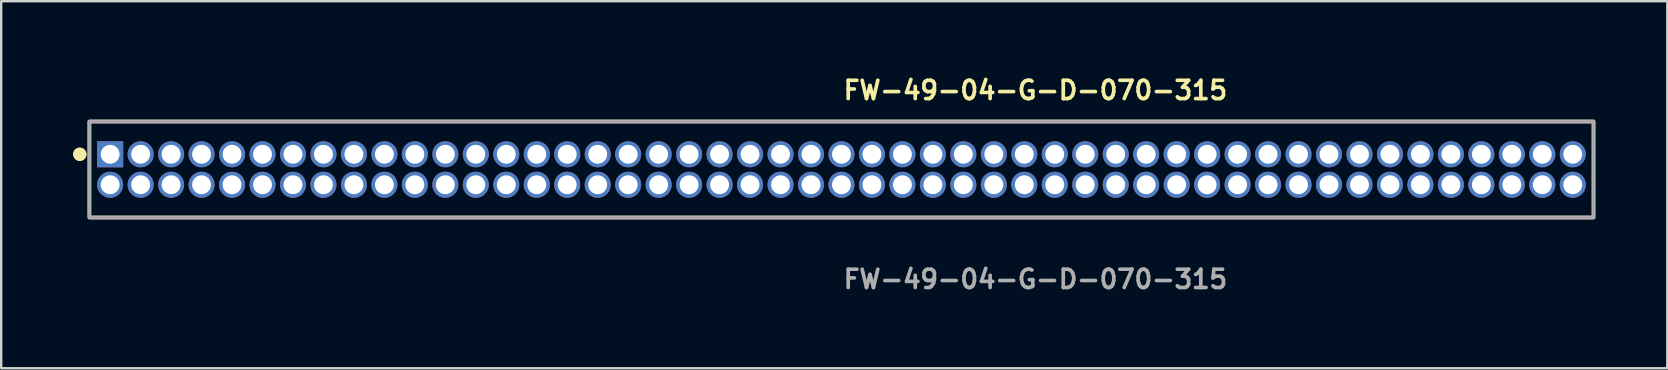
<source format=kicad_pcb>
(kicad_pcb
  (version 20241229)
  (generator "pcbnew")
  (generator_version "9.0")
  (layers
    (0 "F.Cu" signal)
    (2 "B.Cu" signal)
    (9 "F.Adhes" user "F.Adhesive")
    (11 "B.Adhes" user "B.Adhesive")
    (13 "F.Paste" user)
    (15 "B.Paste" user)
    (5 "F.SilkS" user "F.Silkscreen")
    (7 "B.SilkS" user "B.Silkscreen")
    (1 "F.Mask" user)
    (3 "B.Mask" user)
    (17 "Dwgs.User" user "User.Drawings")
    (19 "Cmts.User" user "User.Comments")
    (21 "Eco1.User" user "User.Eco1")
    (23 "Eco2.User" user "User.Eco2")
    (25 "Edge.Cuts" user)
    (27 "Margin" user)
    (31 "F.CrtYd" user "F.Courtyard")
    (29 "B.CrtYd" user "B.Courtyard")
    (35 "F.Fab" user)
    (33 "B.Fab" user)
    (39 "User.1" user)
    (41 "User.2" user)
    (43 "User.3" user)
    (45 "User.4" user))
  (footprint "FW-49-04-G-D-070-315"
    (layer "F.Cu")
    (at 32.021 4.015)
    (property "Reference" "FW-49-04-G-D-070-315" (at 0 -3.302 0) (unlocked yes) (layer "F.SilkS") (effects (font (size 0.762 0.762) (thickness 0.152)) (justify left)))
    (fp_rect (start -31.345 2) (end 31.345 -2) (stroke (width 0.152) (type solid)) (fill no) (layer "F.SilkS"))
    (fp_circle (center -31.745 -0.635) (end -31.945 -0.635) (stroke (width 0.152) (type solid)) (fill yes) (layer "F.SilkS"))
    (fp_circle (center -31.745 -0.635) (end -31.945 -0.635) (stroke (width 0.152) (type solid)) (fill yes) (layer "F.SilkS"))
    (fp_rect (start -31.345 2) (end 31.345 -2) (stroke (width 0.006) (type solid)) (fill no) (layer "F.CrtYd"))
    (fp_rect (start -31.345 2) (end 31.345 -2) (stroke (width 0.152) (type solid)) (fill no) (layer "F.Fab"))
    (fp_text user "${REFERENCE}" (at 0 4.572 0) (unlocked yes) (layer "F.Fab") (effects (font (size 0.762 0.762) (thickness 0.152)) (justify left)))
    (pad "1" thru_hole rect (at -30.48 -0.635) (size 1.087 1.087) (drill 0.787) (layers "*.Cu" "*.Mask"))
    (pad "2" thru_hole circle (at -30.48 0.635) (size 1.087 1.087) (drill 0.787) (layers "*.Cu" "*.Mask"))
    (pad "3" thru_hole circle (at -29.21 -0.635) (size 1.087 1.087) (drill 0.787) (layers "*.Cu" "*.Mask"))
    (pad "4" thru_hole circle (at -29.21 0.635) (size 1.087 1.087) (drill 0.787) (layers "*.Cu" "*.Mask"))
    (pad "5" thru_hole circle (at -27.94 -0.635) (size 1.087 1.087) (drill 0.787) (layers "*.Cu" "*.Mask"))
    (pad "6" thru_hole circle (at -27.94 0.635) (size 1.087 1.087) (drill 0.787) (layers "*.Cu" "*.Mask"))
    (pad "7" thru_hole circle (at -26.67 -0.635) (size 1.087 1.087) (drill 0.787) (layers "*.Cu" "*.Mask"))
    (pad "8" thru_hole circle (at -26.67 0.635) (size 1.087 1.087) (drill 0.787) (layers "*.Cu" "*.Mask"))
    (pad "9" thru_hole circle (at -25.4 -0.635) (size 1.087 1.087) (drill 0.787) (layers "*.Cu" "*.Mask"))
    (pad "10" thru_hole circle (at -25.4 0.635) (size 1.087 1.087) (drill 0.787) (layers "*.Cu" "*.Mask"))
    (pad "11" thru_hole circle (at -24.13 -0.635) (size 1.087 1.087) (drill 0.787) (layers "*.Cu" "*.Mask"))
    (pad "12" thru_hole circle (at -24.13 0.635) (size 1.087 1.087) (drill 0.787) (layers "*.Cu" "*.Mask"))
    (pad "13" thru_hole circle (at -22.86 -0.635) (size 1.087 1.087) (drill 0.787) (layers "*.Cu" "*.Mask"))
    (pad "14" thru_hole circle (at -22.86 0.635) (size 1.087 1.087) (drill 0.787) (layers "*.Cu" "*.Mask"))
    (pad "15" thru_hole circle (at -21.59 -0.635) (size 1.087 1.087) (drill 0.787) (layers "*.Cu" "*.Mask"))
    (pad "16" thru_hole circle (at -21.59 0.635) (size 1.087 1.087) (drill 0.787) (layers "*.Cu" "*.Mask"))
    (pad "17" thru_hole circle (at -20.32 -0.635) (size 1.087 1.087) (drill 0.787) (layers "*.Cu" "*.Mask"))
    (pad "18" thru_hole circle (at -20.32 0.635) (size 1.087 1.087) (drill 0.787) (layers "*.Cu" "*.Mask"))
    (pad "19" thru_hole circle (at -19.05 -0.635) (size 1.087 1.087) (drill 0.787) (layers "*.Cu" "*.Mask"))
    (pad "20" thru_hole circle (at -19.05 0.635) (size 1.087 1.087) (drill 0.787) (layers "*.Cu" "*.Mask"))
    (pad "21" thru_hole circle (at -17.78 -0.635) (size 1.087 1.087) (drill 0.787) (layers "*.Cu" "*.Mask"))
    (pad "22" thru_hole circle (at -17.78 0.635) (size 1.087 1.087) (drill 0.787) (layers "*.Cu" "*.Mask"))
    (pad "23" thru_hole circle (at -16.51 -0.635) (size 1.087 1.087) (drill 0.787) (layers "*.Cu" "*.Mask"))
    (pad "24" thru_hole circle (at -16.51 0.635) (size 1.087 1.087) (drill 0.787) (layers "*.Cu" "*.Mask"))
    (pad "25" thru_hole circle (at -15.24 -0.635) (size 1.087 1.087) (drill 0.787) (layers "*.Cu" "*.Mask"))
    (pad "26" thru_hole circle (at -15.24 0.635) (size 1.087 1.087) (drill 0.787) (layers "*.Cu" "*.Mask"))
    (pad "27" thru_hole circle (at -13.97 -0.635) (size 1.087 1.087) (drill 0.787) (layers "*.Cu" "*.Mask"))
    (pad "28" thru_hole circle (at -13.97 0.635) (size 1.087 1.087) (drill 0.787) (layers "*.Cu" "*.Mask"))
    (pad "29" thru_hole circle (at -12.7 -0.635) (size 1.087 1.087) (drill 0.787) (layers "*.Cu" "*.Mask"))
    (pad "30" thru_hole circle (at -12.7 0.635) (size 1.087 1.087) (drill 0.787) (layers "*.Cu" "*.Mask"))
    (pad "31" thru_hole circle (at -11.43 -0.635) (size 1.087 1.087) (drill 0.787) (layers "*.Cu" "*.Mask"))
    (pad "32" thru_hole circle (at -11.43 0.635) (size 1.087 1.087) (drill 0.787) (layers "*.Cu" "*.Mask"))
    (pad "33" thru_hole circle (at -10.16 -0.635) (size 1.087 1.087) (drill 0.787) (layers "*.Cu" "*.Mask"))
    (pad "34" thru_hole circle (at -10.16 0.635) (size 1.087 1.087) (drill 0.787) (layers "*.Cu" "*.Mask"))
    (pad "35" thru_hole circle (at -8.89 -0.635) (size 1.087 1.087) (drill 0.787) (layers "*.Cu" "*.Mask"))
    (pad "36" thru_hole circle (at -8.89 0.635) (size 1.087 1.087) (drill 0.787) (layers "*.Cu" "*.Mask"))
    (pad "37" thru_hole circle (at -7.62 -0.635) (size 1.087 1.087) (drill 0.787) (layers "*.Cu" "*.Mask"))
    (pad "38" thru_hole circle (at -7.62 0.635) (size 1.087 1.087) (drill 0.787) (layers "*.Cu" "*.Mask"))
    (pad "39" thru_hole circle (at -6.35 -0.635) (size 1.087 1.087) (drill 0.787) (layers "*.Cu" "*.Mask"))
    (pad "40" thru_hole circle (at -6.35 0.635) (size 1.087 1.087) (drill 0.787) (layers "*.Cu" "*.Mask"))
    (pad "41" thru_hole circle (at -5.08 -0.635) (size 1.087 1.087) (drill 0.787) (layers "*.Cu" "*.Mask"))
    (pad "42" thru_hole circle (at -5.08 0.635) (size 1.087 1.087) (drill 0.787) (layers "*.Cu" "*.Mask"))
    (pad "43" thru_hole circle (at -3.81 -0.635) (size 1.087 1.087) (drill 0.787) (layers "*.Cu" "*.Mask"))
    (pad "44" thru_hole circle (at -3.81 0.635) (size 1.087 1.087) (drill 0.787) (layers "*.Cu" "*.Mask"))
    (pad "45" thru_hole circle (at -2.54 -0.635) (size 1.087 1.087) (drill 0.787) (layers "*.Cu" "*.Mask"))
    (pad "46" thru_hole circle (at -2.54 0.635) (size 1.087 1.087) (drill 0.787) (layers "*.Cu" "*.Mask"))
    (pad "47" thru_hole circle (at -1.27 -0.635) (size 1.087 1.087) (drill 0.787) (layers "*.Cu" "*.Mask"))
    (pad "48" thru_hole circle (at -1.27 0.635) (size 1.087 1.087) (drill 0.787) (layers "*.Cu" "*.Mask"))
    (pad "49" thru_hole circle (at 0 -0.635) (size 1.087 1.087) (drill 0.787) (layers "*.Cu" "*.Mask"))
    (pad "50" thru_hole circle (at 0 0.635) (size 1.087 1.087) (drill 0.787) (layers "*.Cu" "*.Mask"))
    (pad "51" thru_hole circle (at 1.27 -0.635) (size 1.087 1.087) (drill 0.787) (layers "*.Cu" "*.Mask"))
    (pad "52" thru_hole circle (at 1.27 0.635) (size 1.087 1.087) (drill 0.787) (layers "*.Cu" "*.Mask"))
    (pad "53" thru_hole circle (at 2.54 -0.635) (size 1.087 1.087) (drill 0.787) (layers "*.Cu" "*.Mask"))
    (pad "54" thru_hole circle (at 2.54 0.635) (size 1.087 1.087) (drill 0.787) (layers "*.Cu" "*.Mask"))
    (pad "55" thru_hole circle (at 3.81 -0.635) (size 1.087 1.087) (drill 0.787) (layers "*.Cu" "*.Mask"))
    (pad "56" thru_hole circle (at 3.81 0.635) (size 1.087 1.087) (drill 0.787) (layers "*.Cu" "*.Mask"))
    (pad "57" thru_hole circle (at 5.08 -0.635) (size 1.087 1.087) (drill 0.787) (layers "*.Cu" "*.Mask"))
    (pad "58" thru_hole circle (at 5.08 0.635) (size 1.087 1.087) (drill 0.787) (layers "*.Cu" "*.Mask"))
    (pad "59" thru_hole circle (at 6.35 -0.635) (size 1.087 1.087) (drill 0.787) (layers "*.Cu" "*.Mask"))
    (pad "60" thru_hole circle (at 6.35 0.635) (size 1.087 1.087) (drill 0.787) (layers "*.Cu" "*.Mask"))
    (pad "61" thru_hole circle (at 7.62 -0.635) (size 1.087 1.087) (drill 0.787) (layers "*.Cu" "*.Mask"))
    (pad "62" thru_hole circle (at 7.62 0.635) (size 1.087 1.087) (drill 0.787) (layers "*.Cu" "*.Mask"))
    (pad "63" thru_hole circle (at 8.89 -0.635) (size 1.087 1.087) (drill 0.787) (layers "*.Cu" "*.Mask"))
    (pad "64" thru_hole circle (at 8.89 0.635) (size 1.087 1.087) (drill 0.787) (layers "*.Cu" "*.Mask"))
    (pad "65" thru_hole circle (at 10.16 -0.635) (size 1.087 1.087) (drill 0.787) (layers "*.Cu" "*.Mask"))
    (pad "66" thru_hole circle (at 10.16 0.635) (size 1.087 1.087) (drill 0.787) (layers "*.Cu" "*.Mask"))
    (pad "67" thru_hole circle (at 11.43 -0.635) (size 1.087 1.087) (drill 0.787) (layers "*.Cu" "*.Mask"))
    (pad "68" thru_hole circle (at 11.43 0.635) (size 1.087 1.087) (drill 0.787) (layers "*.Cu" "*.Mask"))
    (pad "69" thru_hole circle (at 12.7 -0.635) (size 1.087 1.087) (drill 0.787) (layers "*.Cu" "*.Mask"))
    (pad "70" thru_hole circle (at 12.7 0.635) (size 1.087 1.087) (drill 0.787) (layers "*.Cu" "*.Mask"))
    (pad "71" thru_hole circle (at 13.97 -0.635) (size 1.087 1.087) (drill 0.787) (layers "*.Cu" "*.Mask"))
    (pad "72" thru_hole circle (at 13.97 0.635) (size 1.087 1.087) (drill 0.787) (layers "*.Cu" "*.Mask"))
    (pad "73" thru_hole circle (at 15.24 -0.635) (size 1.087 1.087) (drill 0.787) (layers "*.Cu" "*.Mask"))
    (pad "74" thru_hole circle (at 15.24 0.635) (size 1.087 1.087) (drill 0.787) (layers "*.Cu" "*.Mask"))
    (pad "75" thru_hole circle (at 16.51 -0.635) (size 1.087 1.087) (drill 0.787) (layers "*.Cu" "*.Mask"))
    (pad "76" thru_hole circle (at 16.51 0.635) (size 1.087 1.087) (drill 0.787) (layers "*.Cu" "*.Mask"))
    (pad "77" thru_hole circle (at 17.78 -0.635) (size 1.087 1.087) (drill 0.787) (layers "*.Cu" "*.Mask"))
    (pad "78" thru_hole circle (at 17.78 0.635) (size 1.087 1.087) (drill 0.787) (layers "*.Cu" "*.Mask"))
    (pad "79" thru_hole circle (at 19.05 -0.635) (size 1.087 1.087) (drill 0.787) (layers "*.Cu" "*.Mask"))
    (pad "80" thru_hole circle (at 19.05 0.635) (size 1.087 1.087) (drill 0.787) (layers "*.Cu" "*.Mask"))
    (pad "81" thru_hole circle (at 20.32 -0.635) (size 1.087 1.087) (drill 0.787) (layers "*.Cu" "*.Mask"))
    (pad "82" thru_hole circle (at 20.32 0.635) (size 1.087 1.087) (drill 0.787) (layers "*.Cu" "*.Mask"))
    (pad "83" thru_hole circle (at 21.59 -0.635) (size 1.087 1.087) (drill 0.787) (layers "*.Cu" "*.Mask"))
    (pad "84" thru_hole circle (at 21.59 0.635) (size 1.087 1.087) (drill 0.787) (layers "*.Cu" "*.Mask"))
    (pad "85" thru_hole circle (at 22.86 -0.635) (size 1.087 1.087) (drill 0.787) (layers "*.Cu" "*.Mask"))
    (pad "86" thru_hole circle (at 22.86 0.635) (size 1.087 1.087) (drill 0.787) (layers "*.Cu" "*.Mask"))
    (pad "87" thru_hole circle (at 24.13 -0.635) (size 1.087 1.087) (drill 0.787) (layers "*.Cu" "*.Mask"))
    (pad "88" thru_hole circle (at 24.13 0.635) (size 1.087 1.087) (drill 0.787) (layers "*.Cu" "*.Mask"))
    (pad "89" thru_hole circle (at 25.4 -0.635) (size 1.087 1.087) (drill 0.787) (layers "*.Cu" "*.Mask"))
    (pad "90" thru_hole circle (at 25.4 0.635) (size 1.087 1.087) (drill 0.787) (layers "*.Cu" "*.Mask"))
    (pad "91" thru_hole circle (at 26.67 -0.635) (size 1.087 1.087) (drill 0.787) (layers "*.Cu" "*.Mask"))
    (pad "92" thru_hole circle (at 26.67 0.635) (size 1.087 1.087) (drill 0.787) (layers "*.Cu" "*.Mask"))
    (pad "93" thru_hole circle (at 27.94 -0.635) (size 1.087 1.087) (drill 0.787) (layers "*.Cu" "*.Mask"))
    (pad "94" thru_hole circle (at 27.94 0.635) (size 1.087 1.087) (drill 0.787) (layers "*.Cu" "*.Mask"))
    (pad "95" thru_hole circle (at 29.21 -0.635) (size 1.087 1.087) (drill 0.787) (layers "*.Cu" "*.Mask"))
    (pad "96" thru_hole circle (at 29.21 0.635) (size 1.087 1.087) (drill 0.787) (layers "*.Cu" "*.Mask"))
    (pad "97" thru_hole circle (at 30.48 -0.635) (size 1.087 1.087) (drill 0.787) (layers "*.Cu" "*.Mask"))
    (pad "98" thru_hole circle (at 30.48 0.635) (size 1.087 1.087) (drill 0.787) (layers "*.Cu" "*.Mask")))
  (gr_rect
    (start -3 -3)
    (end 66.442 12.3)
    (stroke (width 0.1) (type default))
    (fill no)
    (layer "Edge.Cuts")))
</source>
